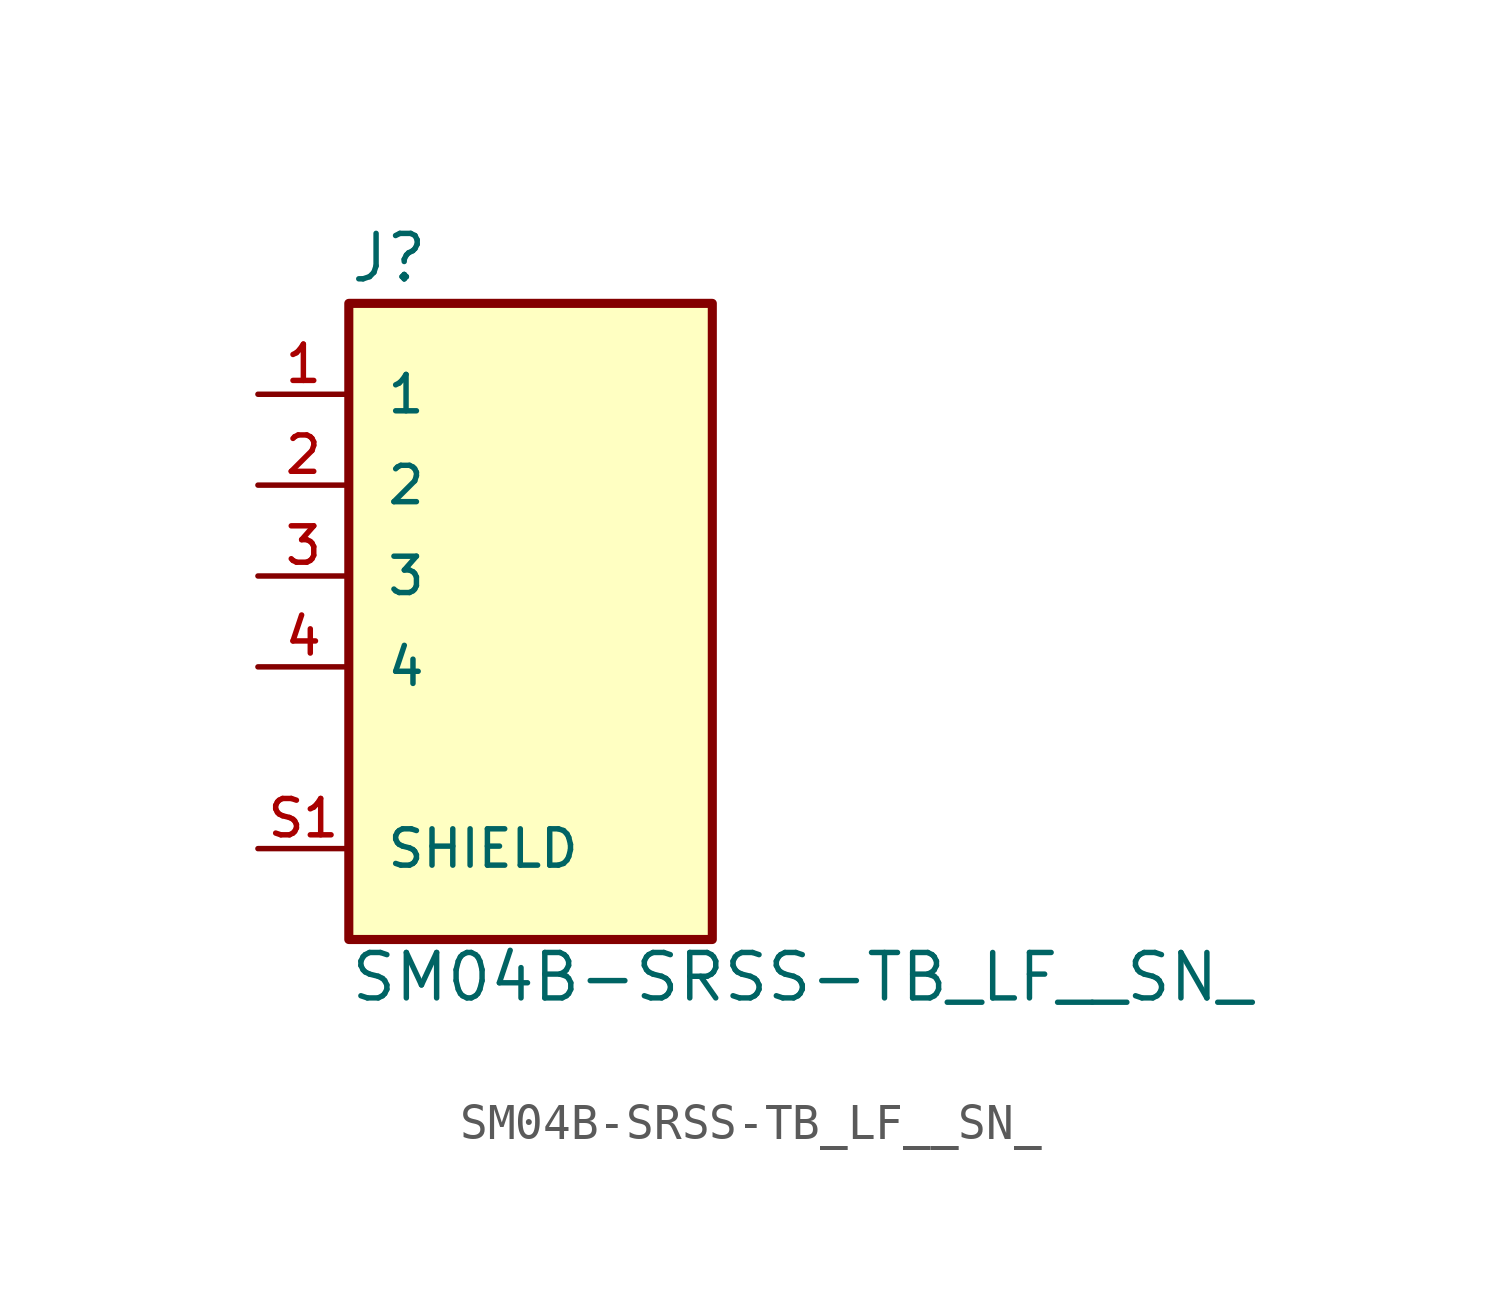
<source format=kicad_sym>
(kicad_symbol_lib
  (version 20211014)
  (generator kicad_symbol_editor)
  (symbol "SM04B-SRSS-TB_LF__SN_"
    (pin_names
      (offset 1.016))
    (property "Reference" "J"
      (at -5.083 8.143 0)
      (effects (font (size 1.27 1.27)) (justify bottom left)))
    (property "Value" "SM04B-SRSS-TB_LF__SN_"
      (at -5.084 -11.956 0)
      (effects (font (size 1.27 1.27)) (justify bottom left)))
    (symbol "SM04B-SRSS-TB_LF__SN__0_0"
      (rectangle (start -5.08 -10.16) (end 5.08 7.62) (stroke (width 0.254)) (fill (type background)))
      (pin passive line (at -7.62 5.08 0) (length 2.54) (name "1" (effects (font (size 1.016 1.016)))) (number "1" (effects (font (size 1.016 1.016)))))
      (pin passive line (at -7.62 2.54 0) (length 2.54) (name "2" (effects (font (size 1.016 1.016)))) (number "2" (effects (font (size 1.016 1.016)))))
      (pin passive line (at -7.62 0.0 0) (length 2.54) (name "3" (effects (font (size 1.016 1.016)))) (number "3" (effects (font (size 1.016 1.016)))))
      (pin passive line (at -7.62 -2.54 0) (length 2.54) (name "4" (effects (font (size 1.016 1.016)))) (number "4" (effects (font (size 1.016 1.016)))))
      (pin passive line (at -7.62 -7.62 0) (length 2.54) (name "SHIELD" (effects (font (size 1.016 1.016)))) (number "S1" (effects (font (size 1.016 1.016)))))
      (pin passive line (at -7.62 -7.62 0) (length 2.54) hide (name "SHIELD" (effects (font (size 1.016 1.016)))) (number "S2" (effects (font (size 1.016 1.016))))))))
</source>
